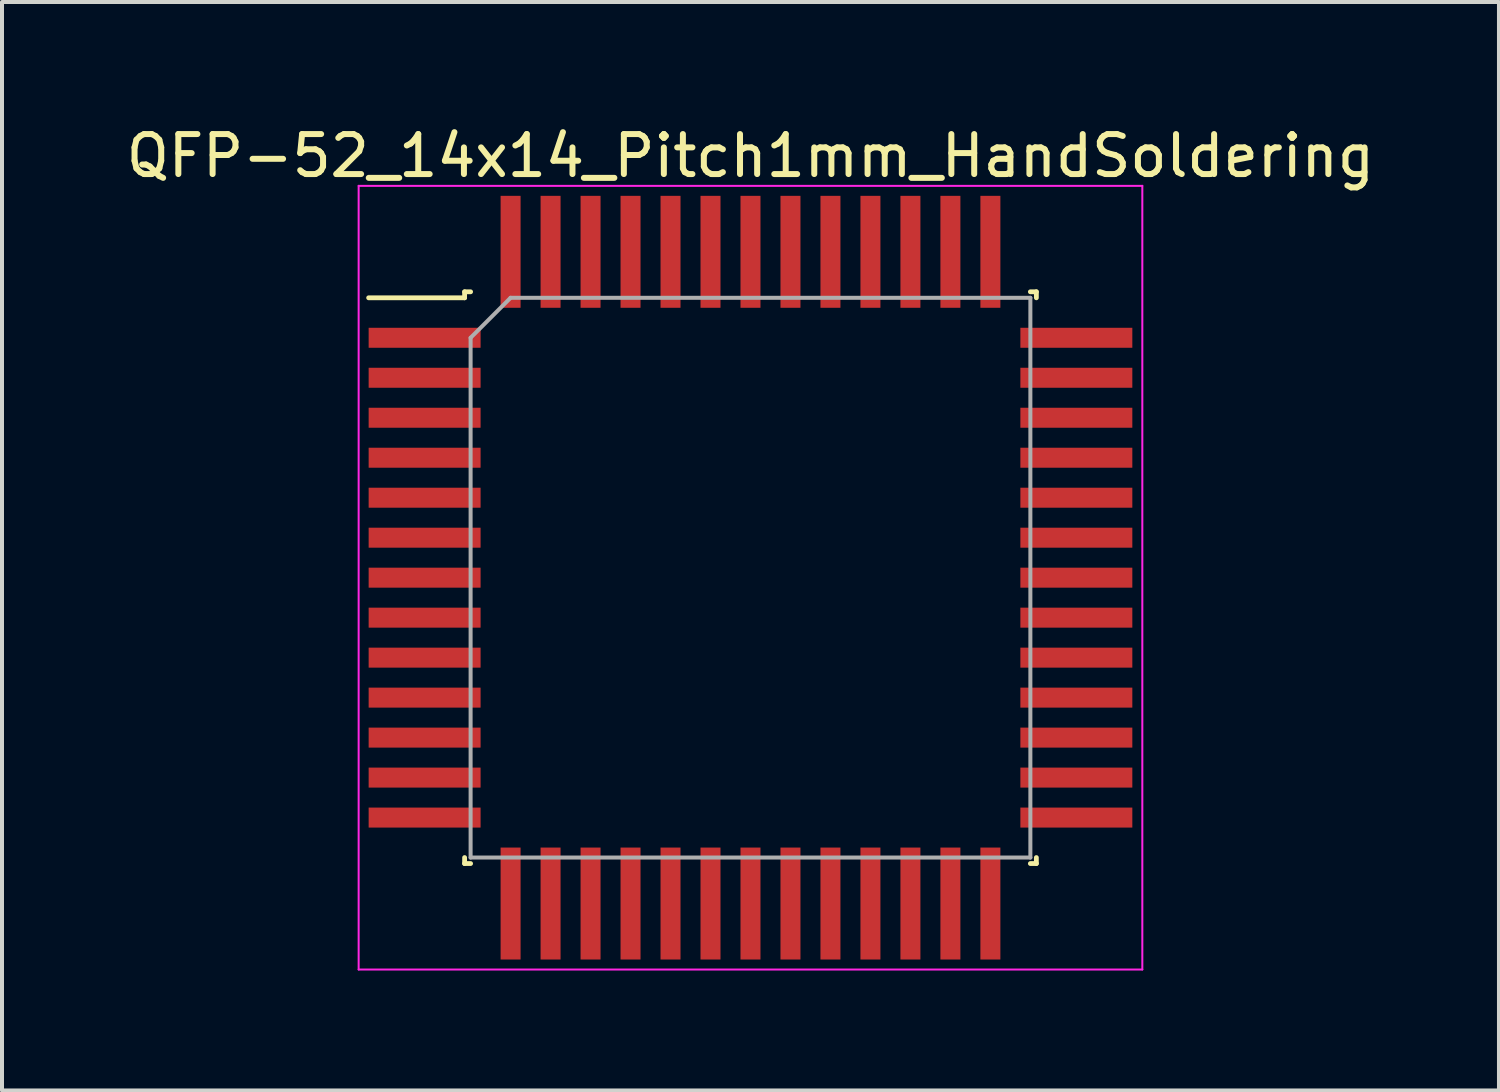
<source format=kicad_pcb>
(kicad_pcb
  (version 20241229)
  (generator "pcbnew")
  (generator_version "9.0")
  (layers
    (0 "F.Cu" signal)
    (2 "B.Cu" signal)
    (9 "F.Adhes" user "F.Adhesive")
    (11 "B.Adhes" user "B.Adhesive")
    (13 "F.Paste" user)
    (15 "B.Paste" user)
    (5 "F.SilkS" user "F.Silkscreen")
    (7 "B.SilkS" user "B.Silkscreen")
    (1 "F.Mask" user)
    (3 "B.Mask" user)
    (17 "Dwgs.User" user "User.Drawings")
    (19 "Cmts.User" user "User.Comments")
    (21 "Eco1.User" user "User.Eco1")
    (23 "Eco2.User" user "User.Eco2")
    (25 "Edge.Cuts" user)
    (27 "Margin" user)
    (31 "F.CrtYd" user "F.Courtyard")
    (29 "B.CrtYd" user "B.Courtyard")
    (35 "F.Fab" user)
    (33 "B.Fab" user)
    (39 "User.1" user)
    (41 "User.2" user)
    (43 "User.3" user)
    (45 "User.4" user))
  (footprint "QFP-52_14x14_Pitch1mm_HandSoldering"
    (layer "F.Cu")
    (at 15.72 11.398)
    (property "Reference" "QFP-52_14x14_Pitch1mm_HandSoldering" (at 0 -10.55 0) (layer "F.SilkS") (effects (font (size 1 1) (thickness 0.15))))
    (attr smd)
    (fp_line (start -7.15 -7.15) (end -7.15 -7) (stroke (width 0.12) (type solid)) (layer "F.SilkS"))
    (fp_line (start -7.15 -7) (end -9.55 -7) (stroke (width 0.12) (type solid)) (layer "F.SilkS"))
    (fp_line (start -7.15 7.15) (end -7.15 7) (stroke (width 0.12) (type solid)) (layer "F.SilkS"))
    (fp_line (start -7 -7.15) (end -7.15 -7.15) (stroke (width 0.12) (type solid)) (layer "F.SilkS"))
    (fp_line (start -7 7.15) (end -7.15 7.15) (stroke (width 0.12) (type solid)) (layer "F.SilkS"))
    (fp_line (start 7 -7.15) (end 7.15 -7.15) (stroke (width 0.12) (type solid)) (layer "F.SilkS"))
    (fp_line (start 7 7.15) (end 7.15 7.15) (stroke (width 0.12) (type solid)) (layer "F.SilkS"))
    (fp_line (start 7.15 -7.15) (end 7.15 -7) (stroke (width 0.12) (type solid)) (layer "F.SilkS"))
    (fp_line (start 7.15 7.15) (end 7.15 7) (stroke (width 0.12) (type solid)) (layer "F.SilkS"))
    (fp_line (start -9.8 -9.8) (end 9.8 -9.8) (stroke (width 0.05) (type solid)) (layer "F.CrtYd"))
    (fp_line (start -9.8 9.8) (end -9.8 -9.8) (stroke (width 0.05) (type solid)) (layer "F.CrtYd"))
    (fp_line (start 9.8 -9.8) (end 9.8 9.8) (stroke (width 0.05) (type solid)) (layer "F.CrtYd"))
    (fp_line (start 9.8 9.8) (end -9.8 9.8) (stroke (width 0.05) (type solid)) (layer "F.CrtYd"))
    (fp_line (start -7 -6) (end -7 7) (stroke (width 0.1) (type solid)) (layer "F.Fab"))
    (fp_line (start -7 7) (end 7 7) (stroke (width 0.1) (type solid)) (layer "F.Fab"))
    (fp_line (start -6 -7) (end -7 -6) (stroke (width 0.1) (type solid)) (layer "F.Fab"))
    (fp_line (start 7 -7) (end -6 -7) (stroke (width 0.1) (type solid)) (layer "F.Fab"))
    (fp_line (start 7 7) (end 7 -7) (stroke (width 0.1) (type solid)) (layer "F.Fab"))
    (pad "1" smd rect (at -8.15 -6 90) (size 0.5 2.8) (layers "F.Cu" "F.Mask" "F.Paste"))
    (pad "2" smd rect (at -8.15 -5 90) (size 0.5 2.8) (layers "F.Cu" "F.Mask" "F.Paste"))
    (pad "3" smd rect (at -8.15 -4 90) (size 0.5 2.8) (layers "F.Cu" "F.Mask" "F.Paste"))
    (pad "4" smd rect (at -8.15 -3 90) (size 0.5 2.8) (layers "F.Cu" "F.Mask" "F.Paste"))
    (pad "5" smd rect (at -8.15 -2 90) (size 0.5 2.8) (layers "F.Cu" "F.Mask" "F.Paste"))
    (pad "6" smd rect (at -8.15 -1 90) (size 0.5 2.8) (layers "F.Cu" "F.Mask" "F.Paste"))
    (pad "7" smd rect (at -8.15 0 90) (size 0.5 2.8) (layers "F.Cu" "F.Mask" "F.Paste"))
    (pad "8" smd rect (at -8.15 1 90) (size 0.5 2.8) (layers "F.Cu" "F.Mask" "F.Paste"))
    (pad "9" smd rect (at -8.15 2 90) (size 0.5 2.8) (layers "F.Cu" "F.Mask" "F.Paste"))
    (pad "10" smd rect (at -8.15 3 90) (size 0.5 2.8) (layers "F.Cu" "F.Mask" "F.Paste"))
    (pad "11" smd rect (at -8.15 4 90) (size 0.5 2.8) (layers "F.Cu" "F.Mask" "F.Paste"))
    (pad "12" smd rect (at -8.15 5 90) (size 0.5 2.8) (layers "F.Cu" "F.Mask" "F.Paste"))
    (pad "13" smd rect (at -8.15 6 90) (size 0.5 2.8) (layers "F.Cu" "F.Mask" "F.Paste"))
    (pad "14" smd rect (at -6 8.15) (size 0.5 2.8) (layers "F.Cu" "F.Mask" "F.Paste"))
    (pad "15" smd rect (at -5 8.15) (size 0.5 2.8) (layers "F.Cu" "F.Mask" "F.Paste"))
    (pad "16" smd rect (at -4 8.15) (size 0.5 2.8) (layers "F.Cu" "F.Mask" "F.Paste"))
    (pad "17" smd rect (at -3 8.15) (size 0.5 2.8) (layers "F.Cu" "F.Mask" "F.Paste"))
    (pad "18" smd rect (at -2 8.15) (size 0.5 2.8) (layers "F.Cu" "F.Mask" "F.Paste"))
    (pad "19" smd rect (at -1 8.15) (size 0.5 2.8) (layers "F.Cu" "F.Mask" "F.Paste"))
    (pad "20" smd rect (at 0 8.15) (size 0.5 2.8) (layers "F.Cu" "F.Mask" "F.Paste"))
    (pad "21" smd rect (at 1 8.15) (size 0.5 2.8) (layers "F.Cu" "F.Mask" "F.Paste"))
    (pad "22" smd rect (at 2 8.15) (size 0.5 2.8) (layers "F.Cu" "F.Mask" "F.Paste"))
    (pad "23" smd rect (at 3 8.15) (size 0.5 2.8) (layers "F.Cu" "F.Mask" "F.Paste"))
    (pad "24" smd rect (at 4 8.15) (size 0.5 2.8) (layers "F.Cu" "F.Mask" "F.Paste"))
    (pad "25" smd rect (at 5 8.15) (size 0.5 2.8) (layers "F.Cu" "F.Mask" "F.Paste"))
    (pad "26" smd rect (at 6 8.15) (size 0.5 2.8) (layers "F.Cu" "F.Mask" "F.Paste"))
    (pad "27" smd rect (at 8.15 6 90) (size 0.5 2.8) (layers "F.Cu" "F.Mask" "F.Paste"))
    (pad "28" smd rect (at 8.15 5 90) (size 0.5 2.8) (layers "F.Cu" "F.Mask" "F.Paste"))
    (pad "29" smd rect (at 8.15 4 90) (size 0.5 2.8) (layers "F.Cu" "F.Mask" "F.Paste"))
    (pad "30" smd rect (at 8.15 3 90) (size 0.5 2.8) (layers "F.Cu" "F.Mask" "F.Paste"))
    (pad "31" smd rect (at 8.15 2 90) (size 0.5 2.8) (layers "F.Cu" "F.Mask" "F.Paste"))
    (pad "32" smd rect (at 8.15 1 90) (size 0.5 2.8) (layers "F.Cu" "F.Mask" "F.Paste"))
    (pad "33" smd rect (at 8.15 0 90) (size 0.5 2.8) (layers "F.Cu" "F.Mask" "F.Paste"))
    (pad "34" smd rect (at 8.15 -1 90) (size 0.5 2.8) (layers "F.Cu" "F.Mask" "F.Paste"))
    (pad "35" smd rect (at 8.15 -2 90) (size 0.5 2.8) (layers "F.Cu" "F.Mask" "F.Paste"))
    (pad "36" smd rect (at 8.15 -3 90) (size 0.5 2.8) (layers "F.Cu" "F.Mask" "F.Paste"))
    (pad "37" smd rect (at 8.15 -4 90) (size 0.5 2.8) (layers "F.Cu" "F.Mask" "F.Paste"))
    (pad "38" smd rect (at 8.15 -5 90) (size 0.5 2.8) (layers "F.Cu" "F.Mask" "F.Paste"))
    (pad "39" smd rect (at 8.15 -6 90) (size 0.5 2.8) (layers "F.Cu" "F.Mask" "F.Paste"))
    (pad "40" smd rect (at 6 -8.15) (size 0.5 2.8) (layers "F.Cu" "F.Mask" "F.Paste"))
    (pad "41" smd rect (at 5 -8.15) (size 0.5 2.8) (layers "F.Cu" "F.Mask" "F.Paste"))
    (pad "42" smd rect (at 4 -8.15) (size 0.5 2.8) (layers "F.Cu" "F.Mask" "F.Paste"))
    (pad "43" smd rect (at 3 -8.15) (size 0.5 2.8) (layers "F.Cu" "F.Mask" "F.Paste"))
    (pad "44" smd rect (at 2 -8.15) (size 0.5 2.8) (layers "F.Cu" "F.Mask" "F.Paste"))
    (pad "45" smd rect (at 1 -8.15) (size 0.5 2.8) (layers "F.Cu" "F.Mask" "F.Paste"))
    (pad "46" smd rect (at 0 -8.15) (size 0.5 2.8) (layers "F.Cu" "F.Mask" "F.Paste"))
    (pad "47" smd rect (at -1 -8.15) (size 0.5 2.8) (layers "F.Cu" "F.Mask" "F.Paste"))
    (pad "48" smd rect (at -2 -8.15) (size 0.5 2.8) (layers "F.Cu" "F.Mask" "F.Paste"))
    (pad "49" smd rect (at -3 -8.15) (size 0.5 2.8) (layers "F.Cu" "F.Mask" "F.Paste"))
    (pad "50" smd rect (at -4 -8.15) (size 0.5 2.8) (layers "F.Cu" "F.Mask" "F.Paste"))
    (pad "51" smd rect (at -5 -8.15) (size 0.5 2.8) (layers "F.Cu" "F.Mask" "F.Paste"))
    (pad "52" smd rect (at -6 -8.15) (size 0.5 2.8) (layers "F.Cu" "F.Mask" "F.Paste")))
  (gr_rect
    (start -3 -3)
    (end 34.44 24.223)
    (stroke (width 0.1) (type default))
    (fill no)
    (layer "Edge.Cuts")))
</source>
